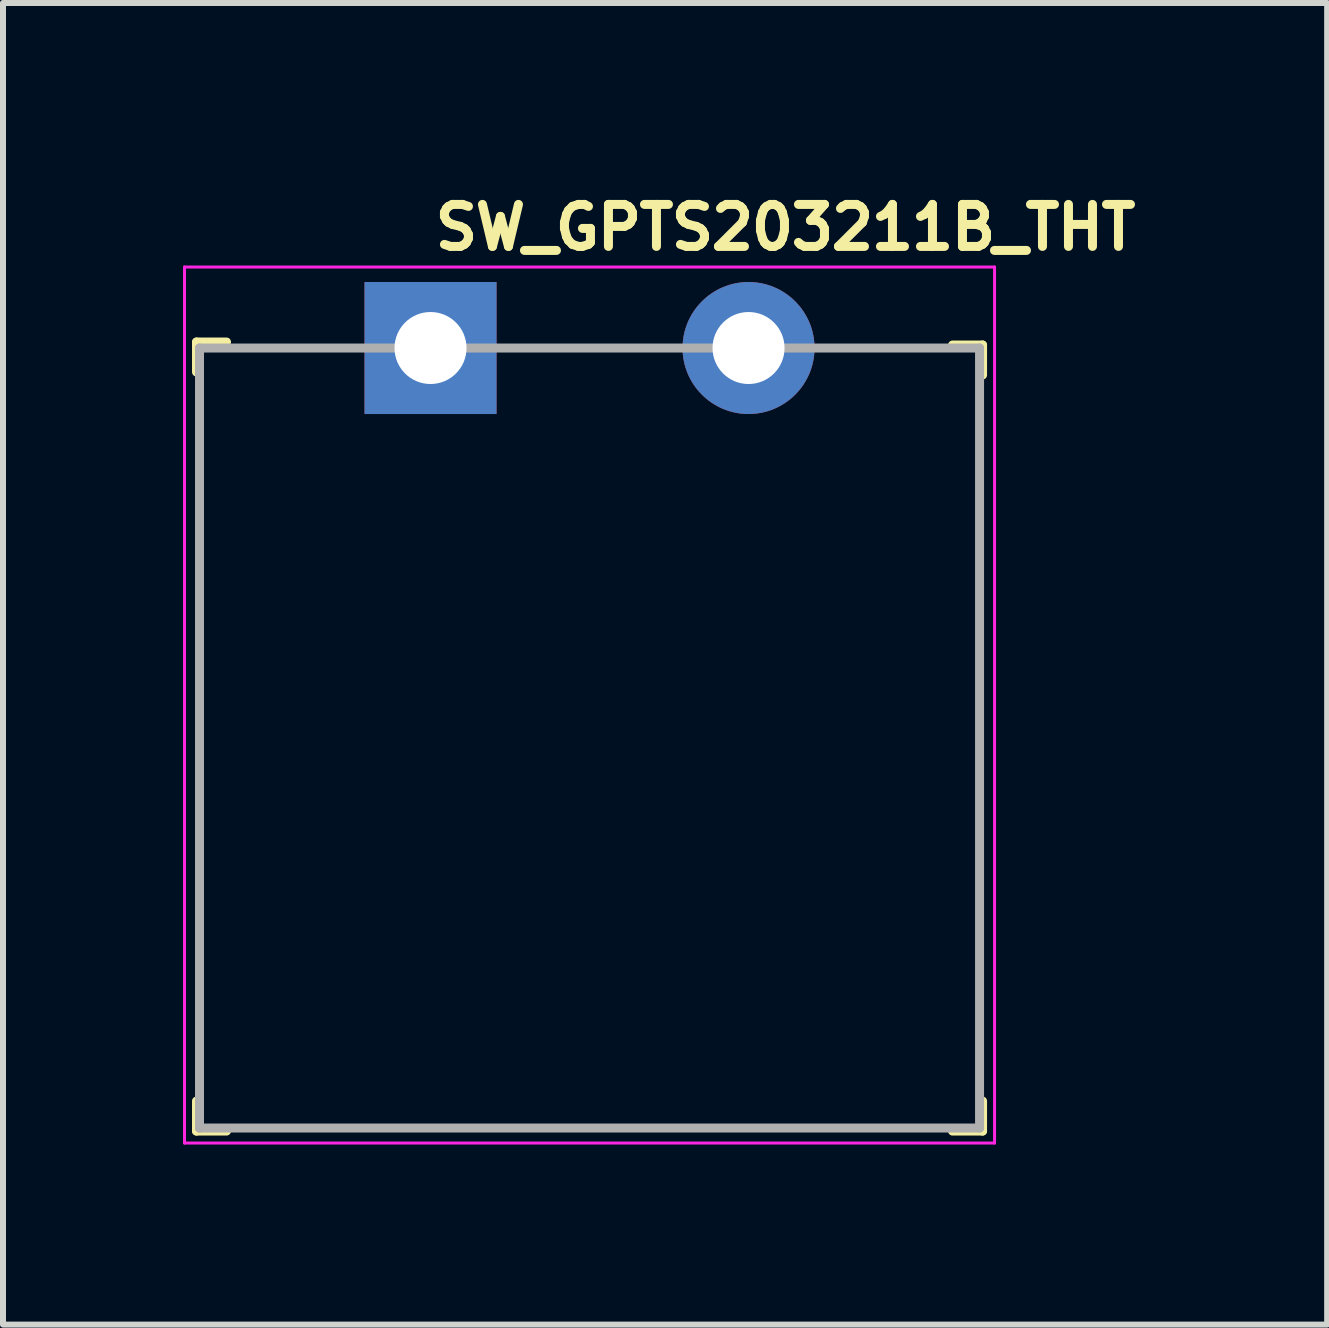
<source format=kicad_pcb>
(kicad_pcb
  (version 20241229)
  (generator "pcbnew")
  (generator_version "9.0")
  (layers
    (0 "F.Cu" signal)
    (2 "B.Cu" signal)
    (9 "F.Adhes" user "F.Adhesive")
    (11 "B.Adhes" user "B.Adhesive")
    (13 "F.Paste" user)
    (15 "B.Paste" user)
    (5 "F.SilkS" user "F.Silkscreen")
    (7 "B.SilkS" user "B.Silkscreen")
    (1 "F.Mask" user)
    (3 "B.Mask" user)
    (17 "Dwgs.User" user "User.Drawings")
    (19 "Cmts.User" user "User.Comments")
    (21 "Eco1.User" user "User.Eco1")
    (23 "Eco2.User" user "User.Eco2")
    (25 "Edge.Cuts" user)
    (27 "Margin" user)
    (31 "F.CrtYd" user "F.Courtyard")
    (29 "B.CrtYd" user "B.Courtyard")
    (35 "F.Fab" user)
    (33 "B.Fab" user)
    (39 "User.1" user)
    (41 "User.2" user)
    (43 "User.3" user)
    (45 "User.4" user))
  (footprint "SW_GPTS203211B_THT"
    (layer "F.Cu")
    (at 4.125 2.75)
    (property "Reference" "SW_GPTS203211B_THT" (at 0 -1.6 0) (layer "F.SilkS") (effects (font (size 0.7 0.7) (thickness 0.15)) (justify left bottom)))
    (attr through_hole)
    (fp_line (start -3.9 -0.1) (end -3.9 0.4) (stroke (width 0.15) (type solid)) (layer "F.SilkS"))
    (fp_line (start -3.9 -0.1) (end -3.4 -0.1) (stroke (width 0.15) (type solid)) (layer "F.SilkS"))
    (fp_line (start -3.9 13.05) (end -3.9 12.55) (stroke (width 0.15) (type solid)) (layer "F.SilkS"))
    (fp_line (start -3.9 13.05) (end -3.4 13.05) (stroke (width 0.15) (type solid)) (layer "F.SilkS"))
    (fp_line (start 9.2 -0.05) (end 8.7 -0.05) (stroke (width 0.15) (type solid)) (layer "F.SilkS"))
    (fp_line (start 9.2 -0.05) (end 9.2 0.45) (stroke (width 0.15) (type solid)) (layer "F.SilkS"))
    (fp_line (start 9.2 13.05) (end 8.7 13.05) (stroke (width 0.15) (type solid)) (layer "F.SilkS"))
    (fp_line (start 9.2 13.05) (end 9.2 12.55) (stroke (width 0.15) (type solid)) (layer "F.SilkS"))
    (fp_line (start -4.1 -1.35) (end -4.1 13.25) (stroke (width 0.05) (type solid)) (layer "F.CrtYd"))
    (fp_line (start 9.4 -1.35) (end -4.1 -1.35) (stroke (width 0.05) (type solid)) (layer "F.CrtYd"))
    (fp_line (start 9.4 -1.35) (end 9.4 13.25) (stroke (width 0.05) (type solid)) (layer "F.CrtYd"))
    (fp_line (start 9.4 13.25) (end -4.1 13.25) (stroke (width 0.05) (type solid)) (layer "F.CrtYd"))
    (fp_line (start -3.85 0) (end -3.85 13) (stroke (width 0.15) (type solid)) (layer "F.Fab"))
    (fp_line (start -3.85 0) (end 9.15 0) (stroke (width 0.15) (type solid)) (layer "F.Fab"))
    (fp_line (start -3.85 13) (end 9.15 13) (stroke (width 0.15) (type solid)) (layer "F.Fab"))
    (fp_line (start 9.15 0) (end 9.15 13) (stroke (width 0.15) (type solid)) (layer "F.Fab"))
    (fp_rect (start -3.35 -0.4) (end 8.65 12.5) (stroke (width 0.15) (type solid)) (fill no) (layer "User.5"))
    (fp_line (start -3.35 0.5) (end -3.35 12.5) (stroke (width 0.01) (type solid)) (layer "User.9"))
    (fp_line (start -3.35 12.5) (end 8.65 12.5) (stroke (width 0.01) (type solid)) (layer "User.9"))
    (fp_line (start -0.75 -0.4) (end 0.75 -0.4) (stroke (width 0.01) (type solid)) (layer "User.9"))
    (fp_line (start -0.75 -0.385) (end -0.75 -0.4) (stroke (width 0.01) (type solid)) (layer "User.9"))
    (fp_line (start -0.75 -0.385) (end -0.75 -0.385) (stroke (width 0.01) (type solid)) (layer "User.9"))
    (fp_line (start -0.75 -0.341) (end -0.75 -0.385) (stroke (width 0.01) (type solid)) (layer "User.9"))
    (fp_line (start -0.75 -0.341) (end -0.75 -0.341) (stroke (width 0.01) (type solid)) (layer "User.9"))
    (fp_line (start -0.75 -0.269) (end -0.75 -0.341) (stroke (width 0.01) (type solid)) (layer "User.9"))
    (fp_line (start -0.75 -0.269) (end -0.75 -0.269) (stroke (width 0.01) (type solid)) (layer "User.9"))
    (fp_line (start -0.75 -0.224) (end -0.75 -0.269) (stroke (width 0.01) (type solid)) (layer "User.9"))
    (fp_line (start -0.75 -0.224) (end -0.75 -0.224) (stroke (width 0.01) (type solid)) (layer "User.9"))
    (fp_line (start -0.75 0.2) (end -0.75 -0.224) (stroke (width 0.01) (type solid)) (layer "User.9"))
    (fp_line (start -0.75 0.5) (end -0.75 0.2) (stroke (width 0.01) (type solid)) (layer "User.9"))
    (fp_line (start 0 6.5) (end 0.004 6.636) (stroke (width 0.01) (type solid)) (layer "User.9"))
    (fp_line (start 0.003 6.369) (end 0 6.5) (stroke (width 0.01) (type solid)) (layer "User.9"))
    (fp_line (start 0.004 6.636) (end 0.014 6.771) (stroke (width 0.01) (type solid)) (layer "User.9"))
    (fp_line (start 0.013 6.238) (end 0.003 6.369) (stroke (width 0.01) (type solid)) (layer "User.9"))
    (fp_line (start 0.014 6.771) (end 0.031 6.903) (stroke (width 0.01) (type solid)) (layer "User.9"))
    (fp_line (start 0.029 6.109) (end 0.013 6.238) (stroke (width 0.01) (type solid)) (layer "User.9"))
    (fp_line (start 0.031 6.903) (end 0.054 7.034) (stroke (width 0.01) (type solid)) (layer "User.9"))
    (fp_line (start 0.051 5.981) (end 0.029 6.109) (stroke (width 0.01) (type solid)) (layer "User.9"))
    (fp_line (start 0.054 7.034) (end 0.084 7.162) (stroke (width 0.01) (type solid)) (layer "User.9"))
    (fp_line (start 0.08 5.854) (end 0.051 5.981) (stroke (width 0.01) (type solid)) (layer "User.9"))
    (fp_line (start 0.084 7.162) (end 0.119 7.288) (stroke (width 0.01) (type solid)) (layer "User.9"))
    (fp_line (start 0.115 5.729) (end 0.08 5.854) (stroke (width 0.01) (type solid)) (layer "User.9"))
    (fp_line (start 0.119 7.288) (end 0.161 7.411) (stroke (width 0.01) (type solid)) (layer "User.9"))
    (fp_line (start 0.155 5.606) (end 0.115 5.729) (stroke (width 0.01) (type solid)) (layer "User.9"))
    (fp_line (start 0.161 7.411) (end 0.209 7.531) (stroke (width 0.01) (type solid)) (layer "User.9"))
    (fp_line (start 0.202 5.486) (end 0.155 5.606) (stroke (width 0.01) (type solid)) (layer "User.9"))
    (fp_line (start 0.209 7.531) (end 0.262 7.648) (stroke (width 0.01) (type solid)) (layer "User.9"))
    (fp_line (start 0.254 5.368) (end 0.202 5.486) (stroke (width 0.01) (type solid)) (layer "User.9"))
    (fp_line (start 0.262 7.648) (end 0.32 7.763) (stroke (width 0.01) (type solid)) (layer "User.9"))
    (fp_line (start 0.312 5.252) (end 0.254 5.368) (stroke (width 0.01) (type solid)) (layer "User.9"))
    (fp_line (start 0.32 7.763) (end 0.384 7.874) (stroke (width 0.01) (type solid)) (layer "User.9"))
    (fp_line (start 0.376 5.139) (end 0.312 5.252) (stroke (width 0.01) (type solid)) (layer "User.9"))
    (fp_line (start 0.384 7.874) (end 0.453 7.981) (stroke (width 0.01) (type solid)) (layer "User.9"))
    (fp_line (start 0.445 5.03) (end 0.376 5.139) (stroke (width 0.01) (type solid)) (layer "User.9"))
    (fp_line (start 0.453 7.981) (end 0.527 8.085) (stroke (width 0.01) (type solid)) (layer "User.9"))
    (fp_line (start 0.52 4.923) (end 0.445 5.03) (stroke (width 0.01) (type solid)) (layer "User.9"))
    (fp_line (start 0.527 8.085) (end 0.606 8.185) (stroke (width 0.01) (type solid)) (layer "User.9"))
    (fp_line (start 0.6 4.821) (end 0.52 4.923) (stroke (width 0.01) (type solid)) (layer "User.9"))
    (fp_line (start 0.606 8.185) (end 0.689 8.281) (stroke (width 0.01) (type solid)) (layer "User.9"))
    (fp_line (start 0.686 4.721) (end 0.6 4.821) (stroke (width 0.01) (type solid)) (layer "User.9"))
    (fp_line (start 0.689 8.281) (end 0.777 8.373) (stroke (width 0.01) (type solid)) (layer "User.9"))
    (fp_line (start 0.75 -0.385) (end 0.75 -0.4) (stroke (width 0.01) (type solid)) (layer "User.9"))
    (fp_line (start 0.75 -0.385) (end 0.75 -0.385) (stroke (width 0.01) (type solid)) (layer "User.9"))
    (fp_line (start 0.75 -0.341) (end 0.75 -0.385) (stroke (width 0.01) (type solid)) (layer "User.9"))
    (fp_line (start 0.75 -0.341) (end 0.75 -0.341) (stroke (width 0.01) (type solid)) (layer "User.9"))
    (fp_line (start 0.75 -0.269) (end 0.75 -0.341) (stroke (width 0.01) (type solid)) (layer "User.9"))
    (fp_line (start 0.75 -0.269) (end 0.75 -0.269) (stroke (width 0.01) (type solid)) (layer "User.9"))
    (fp_line (start 0.75 -0.224) (end 0.75 -0.269) (stroke (width 0.01) (type solid)) (layer "User.9"))
    (fp_line (start 0.75 -0.224) (end 0.75 -0.224) (stroke (width 0.01) (type solid)) (layer "User.9"))
    (fp_line (start 0.75 0.2) (end 0.75 -0.224) (stroke (width 0.01) (type solid)) (layer "User.9"))
    (fp_line (start 0.75 0.5) (end 0.75 0.2) (stroke (width 0.01) (type solid)) (layer "User.9"))
    (fp_line (start 0.776 4.626) (end 0.686 4.721) (stroke (width 0.01) (type solid)) (layer "User.9"))
    (fp_line (start 0.776 4.626) (end 0.776 4.626) (stroke (width 0.01) (type solid)) (layer "User.9"))
    (fp_line (start 0.777 8.373) (end 0.869 8.461) (stroke (width 0.01) (type solid)) (layer "User.9"))
    (fp_line (start 0.869 8.461) (end 0.965 8.544) (stroke (width 0.01) (type solid)) (layer "User.9"))
    (fp_line (start 0.871 4.536) (end 0.776 4.626) (stroke (width 0.01) (type solid)) (layer "User.9"))
    (fp_line (start 0.965 8.544) (end 1.065 8.623) (stroke (width 0.01) (type solid)) (layer "User.9"))
    (fp_line (start 0.971 4.45) (end 0.871 4.536) (stroke (width 0.01) (type solid)) (layer "User.9"))
    (fp_line (start 1.065 8.623) (end 1.169 8.696) (stroke (width 0.01) (type solid)) (layer "User.9"))
    (fp_line (start 1.073 4.37) (end 0.971 4.45) (stroke (width 0.01) (type solid)) (layer "User.9"))
    (fp_line (start 1.169 8.696) (end 1.276 8.765) (stroke (width 0.01) (type solid)) (layer "User.9"))
    (fp_line (start 1.18 4.295) (end 1.073 4.37) (stroke (width 0.01) (type solid)) (layer "User.9"))
    (fp_line (start 1.276 8.765) (end 1.387 8.829) (stroke (width 0.01) (type solid)) (layer "User.9"))
    (fp_line (start 1.289 4.226) (end 1.18 4.295) (stroke (width 0.01) (type solid)) (layer "User.9"))
    (fp_line (start 1.387 8.829) (end 1.501 8.888) (stroke (width 0.01) (type solid)) (layer "User.9"))
    (fp_line (start 1.402 4.162) (end 1.289 4.226) (stroke (width 0.01) (type solid)) (layer "User.9"))
    (fp_line (start 1.501 8.888) (end 1.619 8.941) (stroke (width 0.01) (type solid)) (layer "User.9"))
    (fp_line (start 1.518 4.104) (end 1.402 4.162) (stroke (width 0.01) (type solid)) (layer "User.9"))
    (fp_line (start 1.619 8.941) (end 1.739 8.988) (stroke (width 0.01) (type solid)) (layer "User.9"))
    (fp_line (start 1.636 4.052) (end 1.518 4.104) (stroke (width 0.01) (type solid)) (layer "User.9"))
    (fp_line (start 1.739 8.988) (end 1.862 9.03) (stroke (width 0.01) (type solid)) (layer "User.9"))
    (fp_line (start 1.756 4.005) (end 1.636 4.052) (stroke (width 0.01) (type solid)) (layer "User.9"))
    (fp_line (start 1.862 9.03) (end 1.988 9.065) (stroke (width 0.01) (type solid)) (layer "User.9"))
    (fp_line (start 1.879 3.965) (end 1.756 4.005) (stroke (width 0.01) (type solid)) (layer "User.9"))
    (fp_line (start 1.988 9.065) (end 2.116 9.095) (stroke (width 0.01) (type solid)) (layer "User.9"))
    (fp_line (start 2.004 3.93) (end 1.879 3.965) (stroke (width 0.01) (type solid)) (layer "User.9"))
    (fp_line (start 2.116 9.095) (end 2.247 9.118) (stroke (width 0.01) (type solid)) (layer "User.9"))
    (fp_line (start 2.131 3.901) (end 2.004 3.93) (stroke (width 0.01) (type solid)) (layer "User.9"))
    (fp_line (start 2.247 9.118) (end 2.379 9.135) (stroke (width 0.01) (type solid)) (layer "User.9"))
    (fp_line (start 2.259 3.879) (end 2.131 3.901) (stroke (width 0.01) (type solid)) (layer "User.9"))
    (fp_line (start 2.379 9.135) (end 2.514 9.145) (stroke (width 0.01) (type solid)) (layer "User.9"))
    (fp_line (start 2.388 3.863) (end 2.259 3.879) (stroke (width 0.01) (type solid)) (layer "User.9"))
    (fp_line (start 2.514 9.145) (end 2.65 9.149) (stroke (width 0.01) (type solid)) (layer "User.9"))
    (fp_line (start 2.519 3.853) (end 2.388 3.863) (stroke (width 0.01) (type solid)) (layer "User.9"))
    (fp_line (start 2.65 3.85) (end 2.519 3.853) (stroke (width 0.01) (type solid)) (layer "User.9"))
    (fp_line (start 2.65 9.149) (end 2.65 9.149) (stroke (width 0.01) (type solid)) (layer "User.9"))
    (fp_line (start 2.65 9.149) (end 2.786 9.145) (stroke (width 0.01) (type solid)) (layer "User.9"))
    (fp_line (start 2.781 3.853) (end 2.65 3.85) (stroke (width 0.01) (type solid)) (layer "User.9"))
    (fp_line (start 2.786 9.145) (end 2.921 9.135) (stroke (width 0.01) (type solid)) (layer "User.9"))
    (fp_line (start 2.912 3.863) (end 2.781 3.853) (stroke (width 0.01) (type solid)) (layer "User.9"))
    (fp_line (start 2.921 9.135) (end 3.053 9.118) (stroke (width 0.01) (type solid)) (layer "User.9"))
    (fp_line (start 3.041 3.879) (end 2.912 3.863) (stroke (width 0.01) (type solid)) (layer "User.9"))
    (fp_line (start 3.053 9.118) (end 3.184 9.095) (stroke (width 0.01) (type solid)) (layer "User.9"))
    (fp_line (start 3.169 3.901) (end 3.041 3.879) (stroke (width 0.01) (type solid)) (layer "User.9"))
    (fp_line (start 3.184 9.095) (end 3.312 9.065) (stroke (width 0.01) (type solid)) (layer "User.9"))
    (fp_line (start 3.296 3.93) (end 3.169 3.901) (stroke (width 0.01) (type solid)) (layer "User.9"))
    (fp_line (start 3.312 9.065) (end 3.438 9.03) (stroke (width 0.01) (type solid)) (layer "User.9"))
    (fp_line (start 3.421 3.965) (end 3.296 3.93) (stroke (width 0.01) (type solid)) (layer "User.9"))
    (fp_line (start 3.438 9.03) (end 3.561 8.988) (stroke (width 0.01) (type solid)) (layer "User.9"))
    (fp_line (start 3.544 4.005) (end 3.421 3.965) (stroke (width 0.01) (type solid)) (layer "User.9"))
    (fp_line (start 3.561 8.988) (end 3.681 8.941) (stroke (width 0.01) (type solid)) (layer "User.9"))
    (fp_line (start 3.664 4.052) (end 3.544 4.005) (stroke (width 0.01) (type solid)) (layer "User.9"))
    (fp_line (start 3.681 8.941) (end 3.799 8.888) (stroke (width 0.01) (type solid)) (layer "User.9"))
    (fp_line (start 3.782 4.104) (end 3.664 4.052) (stroke (width 0.01) (type solid)) (layer "User.9"))
    (fp_line (start 3.799 8.888) (end 3.913 8.829) (stroke (width 0.01) (type solid)) (layer "User.9"))
    (fp_line (start 3.898 4.162) (end 3.782 4.104) (stroke (width 0.01) (type solid)) (layer "User.9"))
    (fp_line (start 3.913 8.829) (end 4.024 8.765) (stroke (width 0.01) (type solid)) (layer "User.9"))
    (fp_line (start 4.011 4.226) (end 3.898 4.162) (stroke (width 0.01) (type solid)) (layer "User.9"))
    (fp_line (start 4.024 8.765) (end 4.131 8.696) (stroke (width 0.01) (type solid)) (layer "User.9"))
    (fp_line (start 4.12 4.295) (end 4.011 4.226) (stroke (width 0.01) (type solid)) (layer "User.9"))
    (fp_line (start 4.131 8.696) (end 4.235 8.623) (stroke (width 0.01) (type solid)) (layer "User.9"))
    (fp_line (start 4.227 4.37) (end 4.12 4.295) (stroke (width 0.01) (type solid)) (layer "User.9"))
    (fp_line (start 4.235 8.623) (end 4.335 8.544) (stroke (width 0.01) (type solid)) (layer "User.9"))
    (fp_line (start 4.329 4.45) (end 4.227 4.37) (stroke (width 0.01) (type solid)) (layer "User.9"))
    (fp_line (start 4.335 8.544) (end 4.431 8.461) (stroke (width 0.01) (type solid)) (layer "User.9"))
    (fp_line (start 4.429 4.536) (end 4.329 4.45) (stroke (width 0.01) (type solid)) (layer "User.9"))
    (fp_line (start 4.431 8.461) (end 4.523 8.373) (stroke (width 0.01) (type solid)) (layer "User.9"))
    (fp_line (start 4.523 8.373) (end 4.611 8.281) (stroke (width 0.01) (type solid)) (layer "User.9"))
    (fp_line (start 4.524 4.626) (end 4.429 4.536) (stroke (width 0.01) (type solid)) (layer "User.9"))
    (fp_line (start 4.524 4.626) (end 4.524 4.626) (stroke (width 0.01) (type solid)) (layer "User.9"))
    (fp_line (start 4.55 -0.4) (end 6.05 -0.4) (stroke (width 0.01) (type solid)) (layer "User.9"))
    (fp_line (start 4.55 -0.385) (end 4.55 -0.4) (stroke (width 0.01) (type solid)) (layer "User.9"))
    (fp_line (start 4.55 -0.385) (end 4.55 -0.385) (stroke (width 0.01) (type solid)) (layer "User.9"))
    (fp_line (start 4.55 -0.341) (end 4.55 -0.385) (stroke (width 0.01) (type solid)) (layer "User.9"))
    (fp_line (start 4.55 -0.341) (end 4.55 -0.341) (stroke (width 0.01) (type solid)) (layer "User.9"))
    (fp_line (start 4.55 -0.269) (end 4.55 -0.341) (stroke (width 0.01) (type solid)) (layer "User.9"))
    (fp_line (start 4.55 -0.269) (end 4.55 -0.269) (stroke (width 0.01) (type solid)) (layer "User.9"))
    (fp_line (start 4.55 -0.224) (end 4.55 -0.269) (stroke (width 0.01) (type solid)) (layer "User.9"))
    (fp_line (start 4.55 -0.224) (end 4.55 -0.224) (stroke (width 0.01) (type solid)) (layer "User.9"))
    (fp_line (start 4.55 0.2) (end 4.55 -0.224) (stroke (width 0.01) (type solid)) (layer "User.9"))
    (fp_line (start 4.55 0.5) (end 4.55 0.2) (stroke (width 0.01) (type solid)) (layer "User.9"))
    (fp_line (start 4.611 8.281) (end 4.694 8.185) (stroke (width 0.01) (type solid)) (layer "User.9"))
    (fp_line (start 4.614 4.721) (end 4.524 4.626) (stroke (width 0.01) (type solid)) (layer "User.9"))
    (fp_line (start 4.694 8.185) (end 4.773 8.085) (stroke (width 0.01) (type solid)) (layer "User.9"))
    (fp_line (start 4.7 4.821) (end 4.614 4.721) (stroke (width 0.01) (type solid)) (layer "User.9"))
    (fp_line (start 4.773 8.085) (end 4.847 7.981) (stroke (width 0.01) (type solid)) (layer "User.9"))
    (fp_line (start 4.78 4.923) (end 4.7 4.821) (stroke (width 0.01) (type solid)) (layer "User.9"))
    (fp_line (start 4.847 7.981) (end 4.916 7.874) (stroke (width 0.01) (type solid)) (layer "User.9"))
    (fp_line (start 4.855 5.03) (end 4.78 4.923) (stroke (width 0.01) (type solid)) (layer "User.9"))
    (fp_line (start 4.916 7.874) (end 4.98 7.763) (stroke (width 0.01) (type solid)) (layer "User.9"))
    (fp_line (start 4.924 5.139) (end 4.855 5.03) (stroke (width 0.01) (type solid)) (layer "User.9"))
    (fp_line (start 4.98 7.763) (end 5.038 7.648) (stroke (width 0.01) (type solid)) (layer "User.9"))
    (fp_line (start 4.988 5.252) (end 4.924 5.139) (stroke (width 0.01) (type solid)) (layer "User.9"))
    (fp_line (start 5.038 7.648) (end 5.091 7.531) (stroke (width 0.01) (type solid)) (layer "User.9"))
    (fp_line (start 5.046 5.368) (end 4.988 5.252) (stroke (width 0.01) (type solid)) (layer "User.9"))
    (fp_line (start 5.091 7.531) (end 5.139 7.411) (stroke (width 0.01) (type solid)) (layer "User.9"))
    (fp_line (start 5.098 5.486) (end 5.046 5.368) (stroke (width 0.01) (type solid)) (layer "User.9"))
    (fp_line (start 5.139 7.411) (end 5.181 7.288) (stroke (width 0.01) (type solid)) (layer "User.9"))
    (fp_line (start 5.145 5.606) (end 5.098 5.486) (stroke (width 0.01) (type solid)) (layer "User.9"))
    (fp_line (start 5.181 7.288) (end 5.216 7.162) (stroke (width 0.01) (type solid)) (layer "User.9"))
    (fp_line (start 5.185 5.729) (end 5.145 5.606) (stroke (width 0.01) (type solid)) (layer "User.9"))
    (fp_line (start 5.216 7.162) (end 5.246 7.034) (stroke (width 0.01) (type solid)) (layer "User.9"))
    (fp_line (start 5.22 5.854) (end 5.185 5.729) (stroke (width 0.01) (type solid)) (layer "User.9"))
    (fp_line (start 5.246 7.034) (end 5.269 6.903) (stroke (width 0.01) (type solid)) (layer "User.9"))
    (fp_line (start 5.249 5.981) (end 5.22 5.854) (stroke (width 0.01) (type solid)) (layer "User.9"))
    (fp_line (start 5.269 6.903) (end 5.286 6.771) (stroke (width 0.01) (type solid)) (layer "User.9"))
    (fp_line (start 5.271 6.109) (end 5.249 5.981) (stroke (width 0.01) (type solid)) (layer "User.9"))
    (fp_line (start 5.286 6.771) (end 5.296 6.636) (stroke (width 0.01) (type solid)) (layer "User.9"))
    (fp_line (start 5.287 6.238) (end 5.271 6.109) (stroke (width 0.01) (type solid)) (layer "User.9"))
    (fp_line (start 5.296 6.636) (end 5.3 6.5) (stroke (width 0.01) (type solid)) (layer "User.9"))
    (fp_line (start 5.297 6.369) (end 5.287 6.238) (stroke (width 0.01) (type solid)) (layer "User.9"))
    (fp_line (start 5.3 6.5) (end 5.297 6.369) (stroke (width 0.01) (type solid)) (layer "User.9"))
    (fp_line (start 6.05 -0.385) (end 6.05 -0.4) (stroke (width 0.01) (type solid)) (layer "User.9"))
    (fp_line (start 6.05 -0.385) (end 6.05 -0.385) (stroke (width 0.01) (type solid)) (layer "User.9"))
    (fp_line (start 6.05 -0.341) (end 6.05 -0.385) (stroke (width 0.01) (type solid)) (layer "User.9"))
    (fp_line (start 6.05 -0.341) (end 6.05 -0.341) (stroke (width 0.01) (type solid)) (layer "User.9"))
    (fp_line (start 6.05 -0.269) (end 6.05 -0.341) (stroke (width 0.01) (type solid)) (layer "User.9"))
    (fp_line (start 6.05 -0.269) (end 6.05 -0.269) (stroke (width 0.01) (type solid)) (layer "User.9"))
    (fp_line (start 6.05 -0.224) (end 6.05 -0.269) (stroke (width 0.01) (type solid)) (layer "User.9"))
    (fp_line (start 6.05 -0.224) (end 6.05 -0.224) (stroke (width 0.01) (type solid)) (layer "User.9"))
    (fp_line (start 6.05 0.2) (end 6.05 -0.224) (stroke (width 0.01) (type solid)) (layer "User.9"))
    (fp_line (start 6.05 0.5) (end 6.05 0.2) (stroke (width 0.01) (type solid)) (layer "User.9"))
    (fp_line (start 8.65 0.5) (end -3.35 0.5) (stroke (width 0.01) (type solid)) (layer "User.9"))
    (fp_line (start 8.65 12.5) (end 8.65 0.5) (stroke (width 0.01) (type solid)) (layer "User.9"))
    (pad "1" thru_hole rect (at 0 0) (size 2.2 2.2) (drill 1.2) (layers "*.Cu" "*.Mask"))
    (pad "2" thru_hole circle (at 5.3 0) (size 2.2 2.2) (drill 1.2) (layers "*.Cu" "*.Mask")))
  (gr_rect
    (start -3 -3)
    (end 19.068 19.025)
    (stroke (width 0.1) (type default))
    (fill no)
    (layer "Edge.Cuts")))
</source>
